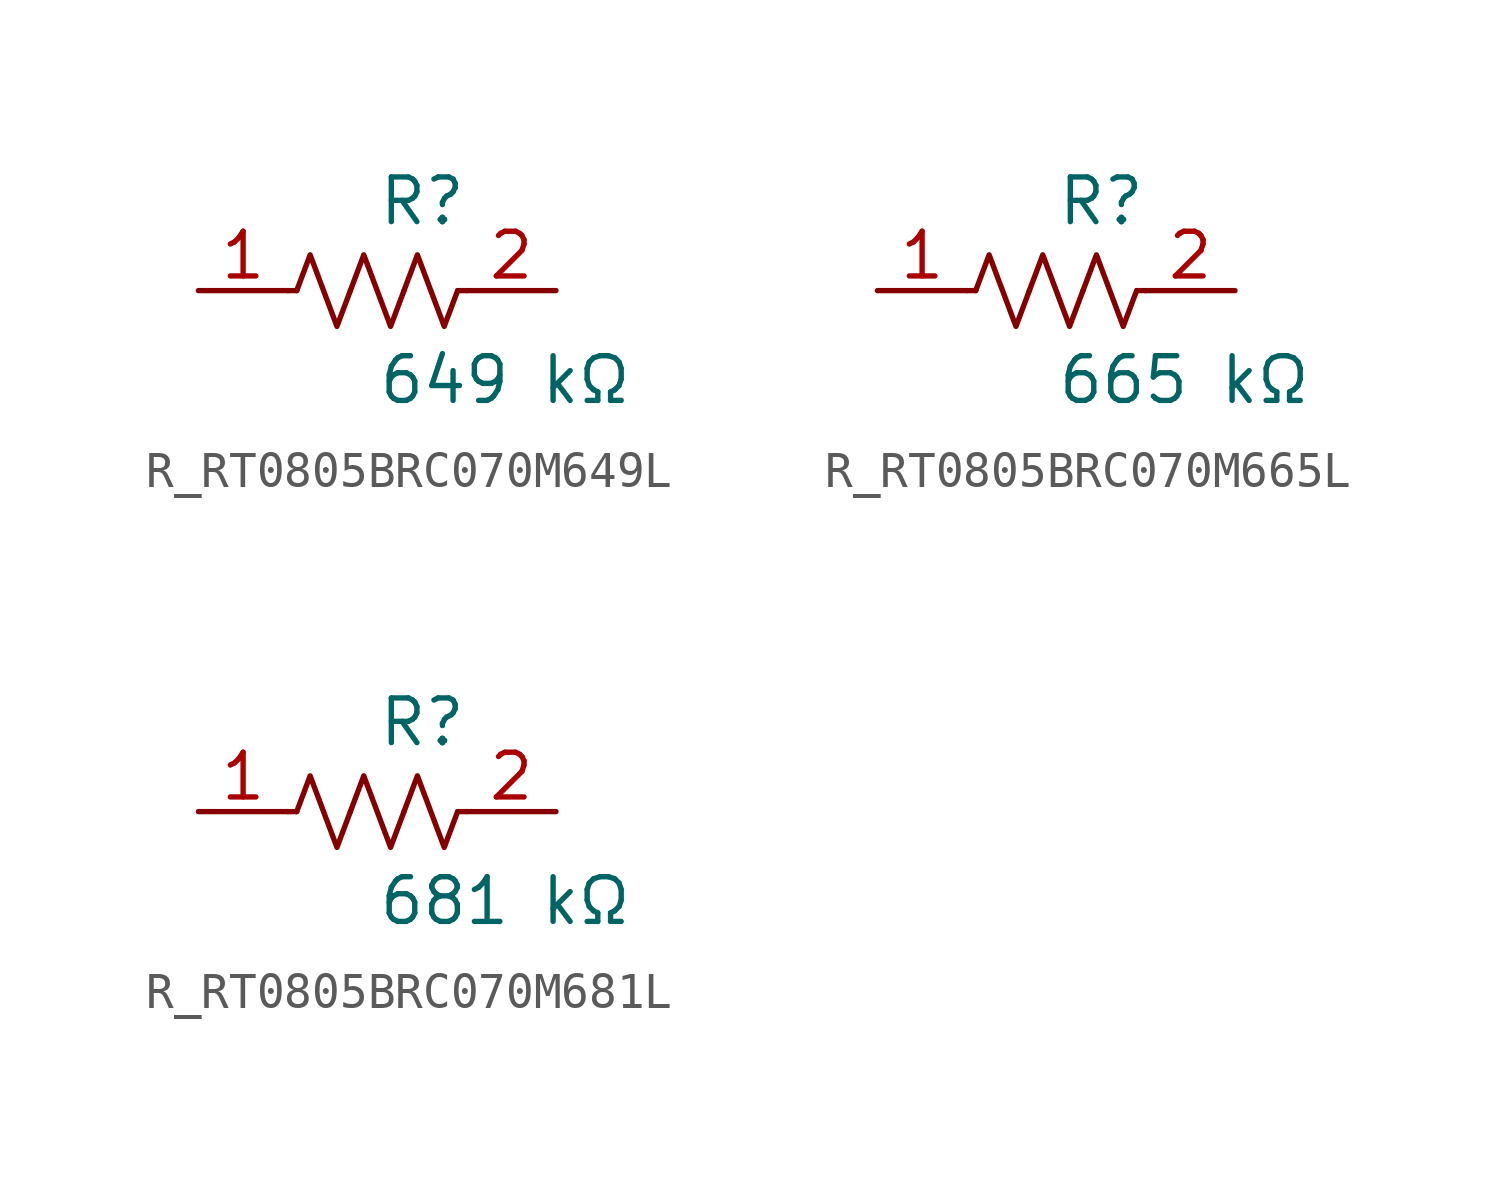
<source format=kicad_sym>
(kicad_symbol_lib
  (version 20231120)
  (generator kicad_symbol_editor)
  (generator_version 8.0)
  (symbol "R_RT0805BRC070M649L"
    (pin_names
      (offset 0.254))
    (property "Reference" "R"
      (at 0.0 2.54 0)
      (effects (font (size 1.27 1.27)) (justify left)))
    (property "Value" "649 kΩ"
      (at 0.0 -2.54 0)
      (effects (font (size 1.27 1.27)) (justify left)))
    (symbol "R_RT0805BRC070M649L_0_1"
      (polyline (pts (xy 2.286 0) (xy 2.54 0)) (stroke (width 0) (type default)) (fill (type none)))
      (polyline (pts (xy -2.286 0) (xy -2.54 0)) (stroke (width 0) (type default)) (fill (type none)))
      (polyline (pts (xy 0.762 0) (xy 1.143 1.016) (xy 1.524 0) (xy 1.905 -1.016) (xy 2.286 0)) (stroke (width 0) (type default)) (fill (type none)))
      (polyline (pts (xy -0.762 0) (xy -0.381 1.016) (xy 0 0) (xy 0.381 -1.016) (xy 0.762 0)) (stroke (width 0) (type default)) (fill (type none)))
      (polyline (pts (xy -2.286 0) (xy -1.905 1.016) (xy -1.524 0) (xy -1.143 -1.016) (xy -0.762 0)) (stroke (width 0) (type default)) (fill (type none))))
    (pin unspecified line
      (at -5.08 0 0)
      (length 2.54)
      (name "" (effects (font (size 1.27 1.27))))
      (number "1" (effects (font (size 1.27 1.27)))))
    (pin unspecified line
      (at 5.08 0 180)
      (length 2.54)
      (name "" (effects (font (size 1.27 1.27))))
      (number "2" (effects (font (size 1.27 1.27))))))
  (symbol "R_RT0805BRC070M665L"
    (pin_names
      (offset 0.254))
    (property "Reference" "R"
      (at 0.0 2.54 0)
      (effects (font (size 1.27 1.27)) (justify left)))
    (property "Value" "665 kΩ"
      (at 0.0 -2.54 0)
      (effects (font (size 1.27 1.27)) (justify left)))
    (symbol "R_RT0805BRC070M665L_0_1"
      (polyline (pts (xy 2.286 0) (xy 2.54 0)) (stroke (width 0) (type default)) (fill (type none)))
      (polyline (pts (xy -2.286 0) (xy -2.54 0)) (stroke (width 0) (type default)) (fill (type none)))
      (polyline (pts (xy 0.762 0) (xy 1.143 1.016) (xy 1.524 0) (xy 1.905 -1.016) (xy 2.286 0)) (stroke (width 0) (type default)) (fill (type none)))
      (polyline (pts (xy -0.762 0) (xy -0.381 1.016) (xy 0 0) (xy 0.381 -1.016) (xy 0.762 0)) (stroke (width 0) (type default)) (fill (type none)))
      (polyline (pts (xy -2.286 0) (xy -1.905 1.016) (xy -1.524 0) (xy -1.143 -1.016) (xy -0.762 0)) (stroke (width 0) (type default)) (fill (type none))))
    (pin unspecified line
      (at -5.08 0 0)
      (length 2.54)
      (name "" (effects (font (size 1.27 1.27))))
      (number "1" (effects (font (size 1.27 1.27)))))
    (pin unspecified line
      (at 5.08 0 180)
      (length 2.54)
      (name "" (effects (font (size 1.27 1.27))))
      (number "2" (effects (font (size 1.27 1.27))))))
  (symbol "R_RT0805BRC070M681L"
    (pin_names
      (offset 0.254))
    (property "Reference" "R"
      (at 0.0 2.54 0)
      (effects (font (size 1.27 1.27)) (justify left)))
    (property "Value" "681 kΩ"
      (at 0.0 -2.54 0)
      (effects (font (size 1.27 1.27)) (justify left)))
    (symbol "R_RT0805BRC070M681L_0_1"
      (polyline (pts (xy 2.286 0) (xy 2.54 0)) (stroke (width 0) (type default)) (fill (type none)))
      (polyline (pts (xy -2.286 0) (xy -2.54 0)) (stroke (width 0) (type default)) (fill (type none)))
      (polyline (pts (xy 0.762 0) (xy 1.143 1.016) (xy 1.524 0) (xy 1.905 -1.016) (xy 2.286 0)) (stroke (width 0) (type default)) (fill (type none)))
      (polyline (pts (xy -0.762 0) (xy -0.381 1.016) (xy 0 0) (xy 0.381 -1.016) (xy 0.762 0)) (stroke (width 0) (type default)) (fill (type none)))
      (polyline (pts (xy -2.286 0) (xy -1.905 1.016) (xy -1.524 0) (xy -1.143 -1.016) (xy -0.762 0)) (stroke (width 0) (type default)) (fill (type none))))
    (pin unspecified line
      (at -5.08 0 0)
      (length 2.54)
      (name "" (effects (font (size 1.27 1.27))))
      (number "1" (effects (font (size 1.27 1.27)))))
    (pin unspecified line
      (at 5.08 0 180)
      (length 2.54)
      (name "" (effects (font (size 1.27 1.27))))
      (number "2" (effects (font (size 1.27 1.27)))))))
</source>
